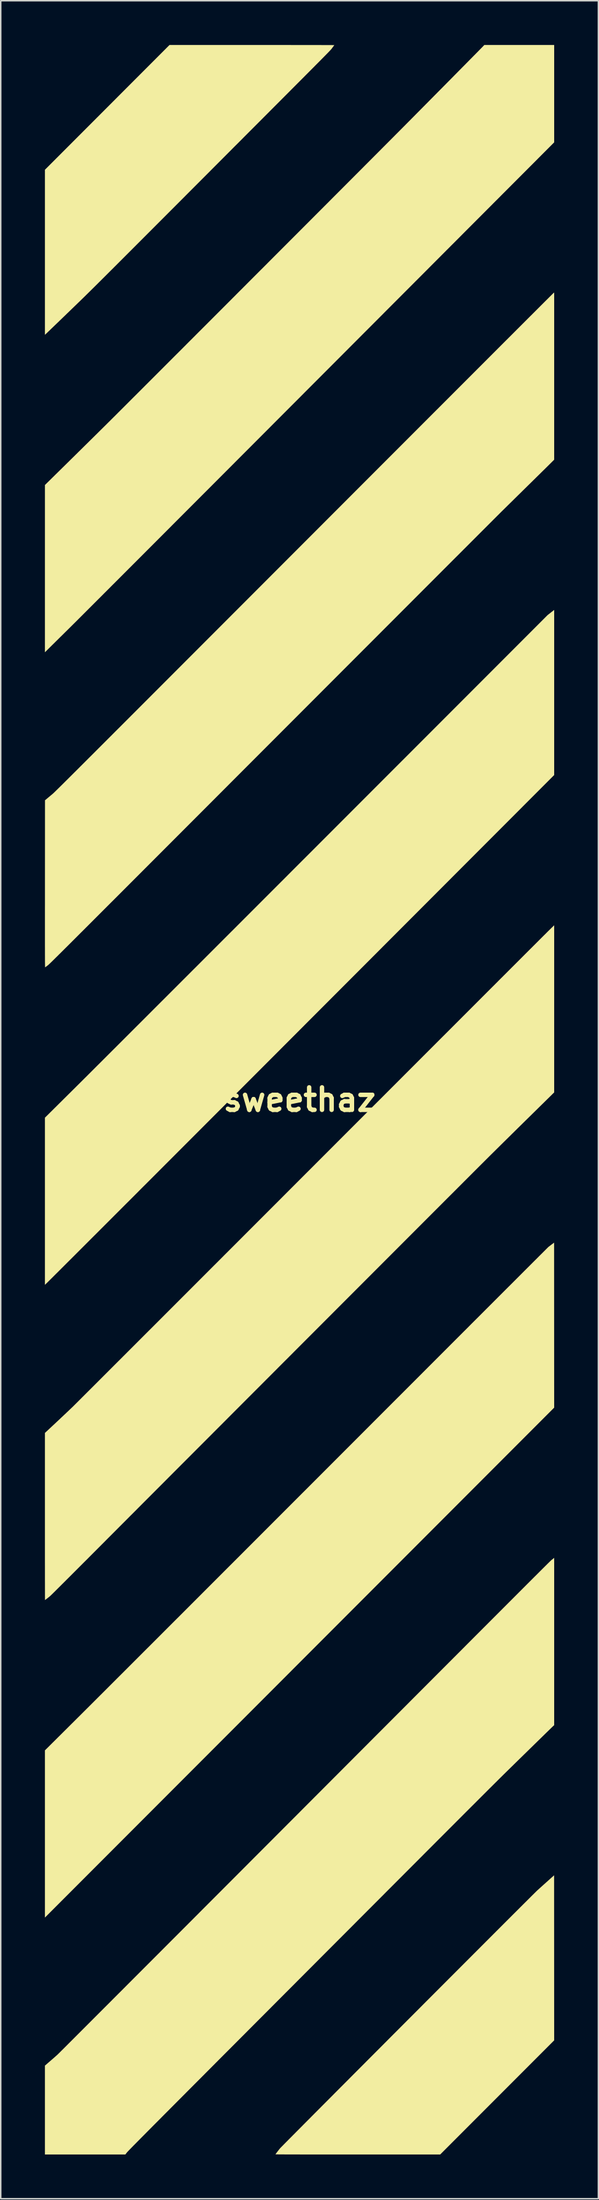
<source format=kicad_pcb>
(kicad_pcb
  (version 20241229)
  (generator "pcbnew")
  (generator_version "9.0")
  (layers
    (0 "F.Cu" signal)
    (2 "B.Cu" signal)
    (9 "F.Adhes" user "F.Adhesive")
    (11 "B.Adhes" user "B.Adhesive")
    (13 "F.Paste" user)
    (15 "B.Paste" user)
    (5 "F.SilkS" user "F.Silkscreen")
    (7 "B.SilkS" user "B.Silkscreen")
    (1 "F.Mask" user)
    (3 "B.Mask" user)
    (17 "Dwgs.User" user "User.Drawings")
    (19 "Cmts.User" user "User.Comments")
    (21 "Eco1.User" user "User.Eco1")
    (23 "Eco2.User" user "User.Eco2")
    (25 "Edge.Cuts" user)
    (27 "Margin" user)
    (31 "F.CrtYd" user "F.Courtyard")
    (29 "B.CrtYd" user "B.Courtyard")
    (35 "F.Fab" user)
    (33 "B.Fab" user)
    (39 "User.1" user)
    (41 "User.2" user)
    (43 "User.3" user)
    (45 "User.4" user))
  (footprint "sweethaz"
    (layer "F.Cu")
    (at 17.286 71.508)
    (property "Reference" "sweethaz" (at 0 0 0) (layer "F.SilkS") (effects (font (size 1.524 1.524) (thickness 0.3))))
    (attr board_only exclude_from_pos_files exclude_from_bom)
    (fp_poly (pts (xy 17.286 20.882) (xy -17.286 55.455) (xy -17.286 44.118) (xy -14.842 41.69) (xy -14.755 41.603) (xy -14.653 41.501) (xy -14.536 41.385) (xy -14.405 41.255) (xy -14.261 41.111) (xy -14.102 40.953) (xy -13.931 40.782) (xy -13.746 40.598) (xy -13.549 40.401) (xy -13.339 40.192) (xy -13.117 39.971) (xy -12.884 39.737) (xy -12.638 39.492) (xy -12.382 39.236) (xy -12.114 38.969) (xy -11.835 38.691) (xy -11.546 38.402) (xy -11.247 38.103) (xy -10.938 37.795) (xy -10.619 37.476) (xy -10.291 37.149) (xy -9.953 36.812) (xy -9.607 36.466) (xy -9.253 36.112) (xy -8.89 35.749) (xy -8.519 35.379) (xy -8.14 35.001) (xy -7.754 34.615) (xy -7.361 34.222) (xy -6.961 33.823) (xy -6.555 33.417) (xy -6.142 33.004) (xy -5.723 32.586) (xy -5.299 32.162) (xy -4.869 31.732) (xy -4.433 31.297) (xy -3.993 30.858) (xy -3.549 30.413) (xy -3.1 29.965) (xy -2.647 29.512) (xy -2.19 29.055) (xy -1.73 28.595) (xy -1.266 28.132) (xy -0.8 27.666) (xy -0.331 27.197) (xy 0.14 26.726) (xy 0.614 26.253) (xy 1.089 25.778) (xy 1.566 25.301) (xy 2.044 24.823) (xy 2.219 24.648) (xy 2.687 24.18) (xy 3.152 23.715) (xy 3.614 23.254) (xy 4.071 22.797) (xy 4.524 22.344) (xy 4.972 21.895) (xy 5.416 21.452) (xy 5.855 21.013) (xy 6.289 20.579) (xy 6.718 20.151) (xy 7.141 19.728) (xy 7.558 19.311) (xy 7.97 18.9) (xy 8.375 18.495) (xy 8.773 18.096) (xy 9.165 17.705) (xy 9.55 17.32) (xy 9.928 16.943) (xy 10.298 16.572) (xy 10.661 16.21) (xy 11.016 15.855) (xy 11.363 15.509) (xy 11.701 15.17) (xy 12.032 14.84) (xy 12.353 14.519) (xy 12.665 14.207) (xy 12.968 13.905) (xy 13.262 13.611) (xy 13.546 13.327) (xy 13.82 13.054) (xy 14.084 12.79) (xy 14.338 12.537) (xy 14.581 12.294) (xy 14.813 12.062) (xy 15.034 11.841) (xy 15.244 11.631) (xy 15.443 11.433) (xy 15.63 11.247) (xy 15.805 11.072) (xy 15.967 10.91) (xy 16.118 10.76) (xy 16.255 10.622) (xy 16.38 10.498) (xy 16.492 10.387) (xy 16.59 10.289) (xy 16.675 10.204) (xy 16.746 10.133) (xy 16.803 10.077) (xy 16.846 10.034) (xy 16.874 10.006) (xy 16.888 9.993) (xy 16.889 9.991) (xy 16.914 9.971) (xy 16.953 9.942) (xy 17.001 9.905) (xy 17.055 9.864) (xy 17.111 9.821) (xy 17.112 9.821) (xy 17.281 9.693)) (stroke (width 0) (type solid)) (fill yes) (layer "F.SilkS"))
    (fp_poly (pts (xy 17.286 -22.009) (xy 3.602 -8.317) (xy 2.994 -7.709) (xy 2.392 -7.107) (xy 1.796 -6.51) (xy 1.206 -5.92) (xy 0.622 -5.336) (xy 0.045 -4.758) (xy -0.526 -4.187) (xy -1.091 -3.622) (xy -1.648 -3.064) (xy -2.199 -2.513) (xy -2.742 -1.97) (xy -3.279 -1.433) (xy -3.807 -0.905) (xy -4.328 -0.384) (xy -4.842 0.13) (xy -5.347 0.635) (xy -5.844 1.132) (xy -6.333 1.621) (xy -6.813 2.101) (xy -7.285 2.573) (xy -7.748 3.036) (xy -8.202 3.489) (xy -8.646 3.934) (xy -9.082 4.369) (xy -9.508 4.795) (xy -9.924 5.212) (xy -10.331 5.618) (xy -10.728 6.014) (xy -11.114 6.401) (xy -11.49 6.777) (xy -11.856 7.142) (xy -12.211 7.497) (xy -12.556 7.841) (xy -12.889 8.175) (xy -13.212 8.497) (xy -13.523 8.807) (xy -13.823 9.107) (xy -14.111 9.394) (xy -14.387 9.67) (xy -14.651 9.934) (xy -14.904 10.186) (xy -15.144 10.426) (xy -15.371 10.653) (xy -15.586 10.867) (xy -15.789 11.069) (xy -15.978 11.258) (xy -16.154 11.433) (xy -16.317 11.596) (xy -16.467 11.745) (xy -16.603 11.88) (xy -16.725 12.002) (xy -16.833 12.11) (xy -16.928 12.203) (xy -17.008 12.283) (xy -17.073 12.348) (xy -17.124 12.398) (xy -17.161 12.434) (xy -17.173 12.445) (xy -17.286 12.555) (xy -17.286 1.222) (xy -15.155 -0.89) (xy -15.078 -0.966) (xy -14.987 -1.056) (xy -14.882 -1.161) (xy -14.762 -1.28) (xy -14.629 -1.413) (xy -14.481 -1.559) (xy -14.321 -1.719) (xy -14.147 -1.892) (xy -13.961 -2.078) (xy -13.762 -2.277) (xy -13.55 -2.487) (xy -13.327 -2.71) (xy -13.092 -2.945) (xy -12.845 -3.191) (xy -12.587 -3.448) (xy -12.319 -3.716) (xy -12.039 -3.995) (xy -11.75 -4.284) (xy -11.45 -4.583) (xy -11.14 -4.893) (xy -10.821 -5.211) (xy -10.492 -5.539) (xy -10.154 -5.877) (xy -9.808 -6.223) (xy -9.453 -6.577) (xy -9.089 -6.94) (xy -8.718 -7.311) (xy -8.339 -7.689) (xy -7.953 -8.075) (xy -7.559 -8.468) (xy -7.159 -8.868) (xy -6.751 -9.275) (xy -6.338 -9.688) (xy -5.918 -10.107) (xy -5.493 -10.532) (xy -5.062 -10.963) (xy -4.626 -11.398) (xy -4.185 -11.839) (xy -3.739 -12.285) (xy -3.288 -12.735) (xy -2.834 -13.189) (xy -2.375 -13.648) (xy -1.913 -14.109) (xy -1.447 -14.575) (xy -0.978 -15.043) (xy -0.507 -15.515) (xy -0.033 -15.989) (xy 0.444 -16.465) (xy 0.923 -16.943) (xy 1.403 -17.424) (xy 1.885 -17.905) (xy 1.907 -17.927) (xy 16.836 -32.852) (xy 17.061 -33.029) (xy 17.286 -33.206)) (stroke (width 0) (type solid)) (fill yes) (layer "F.SilkS"))
    (fp_poly (pts (xy 17.286 63.781) (xy 9.549 71.518) (xy 3.953 71.518) (xy 3.528 71.518) (xy 3.124 71.518) (xy 2.74 71.518) (xy 2.375 71.518) (xy 2.031 71.518) (xy 1.705 71.518) (xy 1.397 71.518) (xy 1.108 71.518) (xy 0.836 71.517) (xy 0.581 71.517) (xy 0.343 71.517) (xy 0.121 71.517) (xy -0.086 71.516) (xy -0.277 71.516) (xy -0.453 71.516) (xy -0.615 71.515) (xy -0.763 71.515) (xy -0.898 71.514) (xy -1.02 71.514) (xy -1.129 71.513) (xy -1.226 71.513) (xy -1.312 71.512) (xy -1.386 71.512) (xy -1.45 71.511) (xy -1.503 71.51) (xy -1.547 71.509) (xy -1.581 71.509) (xy -1.607 71.508) (xy -1.624 71.507) (xy -1.633 71.506) (xy -1.635 71.505) (xy -1.623 71.487) (xy -1.599 71.455) (xy -1.568 71.412) (xy -1.531 71.363) (xy -1.49 71.31) (xy -1.448 71.256) (xy -1.408 71.204) (xy -1.372 71.158) (xy -1.341 71.121) (xy -1.331 71.108) (xy -1.319 71.094) (xy -1.291 71.066) (xy -1.25 71.023) (xy -1.194 70.967) (xy -1.125 70.897) (xy -1.043 70.813) (xy -0.948 70.717) (xy -0.84 70.609) (xy -0.721 70.488) (xy -0.589 70.356) (xy -0.447 70.212) (xy -0.293 70.058) (xy -0.129 69.893) (xy 0.046 69.717) (xy 0.23 69.532) (xy 0.424 69.337) (xy 0.627 69.133) (xy 0.839 68.92) (xy 1.059 68.699) (xy 1.288 68.469) (xy 1.524 68.232) (xy 1.768 67.988) (xy 2.018 67.737) (xy 2.275 67.479) (xy 2.539 67.214) (xy 2.808 66.944) (xy 3.083 66.669) (xy 3.363 66.388) (xy 3.648 66.102) (xy 3.937 65.812) (xy 4.231 65.518) (xy 4.528 65.22) (xy 4.829 64.919) (xy 5.132 64.615) (xy 5.439 64.308) (xy 5.747 63.999) (xy 6.057 63.688) (xy 6.369 63.375) (xy 6.683 63.062) (xy 6.997 62.747) (xy 7.311 62.432) (xy 7.626 62.117) (xy 7.94 61.803) (xy 8.254 61.489) (xy 8.566 61.175) (xy 8.878 60.864) (xy 9.187 60.554) (xy 9.495 60.246) (xy 9.8 59.941) (xy 10.102 59.638) (xy 10.401 59.339) (xy 10.697 59.043) (xy 10.989 58.751) (xy 11.276 58.464) (xy 11.559 58.181) (xy 11.837 57.903) (xy 12.11 57.631) (xy 12.376 57.364) (xy 12.637 57.103) (xy 12.891 56.849) (xy 13.139 56.601) (xy 13.379 56.361) (xy 13.612 56.129) (xy 13.837 55.904) (xy 14.054 55.687) (xy 14.262 55.48) (xy 14.461 55.281) (xy 14.651 55.092) (xy 14.831 54.912) (xy 15.001 54.742) (xy 15.161 54.583) (xy 15.31 54.435) (xy 15.448 54.298) (xy 15.574 54.172) (xy 15.688 54.059) (xy 15.79 53.957) (xy 15.88 53.869) (xy 15.956 53.793) (xy 16.02 53.731) (xy 16.069 53.682) (xy 16.105 53.647) (xy 16.126 53.627) (xy 16.127 53.626) (xy 16.188 53.57) (xy 16.262 53.503) (xy 16.343 53.43) (xy 16.429 53.353) (xy 16.514 53.276) (xy 16.596 53.203) (xy 16.629 53.173) (xy 16.706 53.104) (xy 16.786 53.033) (xy 16.866 52.961) (xy 16.943 52.892) (xy 17.014 52.829) (xy 17.074 52.775) (xy 17.101 52.751) (xy 17.281 52.589)) (stroke (width 0) (type solid)) (fill yes) (layer "F.SilkS"))
    (fp_poly (pts (xy -2.889 -71.508) (xy -2.551 -71.508) (xy -2.219 -71.508) (xy -1.894 -71.507) (xy -1.576 -71.507) (xy -1.265 -71.507) (xy -0.963 -71.507) (xy -0.67 -71.507) (xy -0.387 -71.506) (xy -0.114 -71.506) (xy 0.148 -71.506) (xy 0.399 -71.506) (xy 0.637 -71.505) (xy 0.863 -71.505) (xy 1.076 -71.505) (xy 1.274 -71.504) (xy 1.458 -71.504) (xy 1.627 -71.503) (xy 1.78 -71.503) (xy 1.916 -71.503) (xy 2.035 -71.502) (xy 2.137 -71.502) (xy 2.221 -71.501) (xy 2.285 -71.501) (xy 2.33 -71.5) (xy 2.355 -71.5) (xy 2.36 -71.499) (xy 2.353 -71.489) (xy 2.335 -71.464) (xy 2.308 -71.427) (xy 2.274 -71.382) (xy 2.235 -71.33) (xy 2.225 -71.317) (xy 2.218 -71.307) (xy 2.211 -71.298) (xy 2.205 -71.29) (xy 2.2 -71.282) (xy 2.195 -71.275) (xy 2.19 -71.267) (xy 2.184 -71.26) (xy 2.178 -71.251) (xy 2.17 -71.242) (xy 2.162 -71.232) (xy 2.152 -71.221) (xy 2.141 -71.208) (xy 2.127 -71.193) (xy 2.112 -71.175) (xy 2.094 -71.156) (xy 2.073 -71.134) (xy 2.049 -71.108) (xy 2.022 -71.08) (xy 1.991 -71.048) (xy 1.956 -71.012) (xy 1.918 -70.972) (xy 1.875 -70.928) (xy 1.827 -70.88) (xy 1.775 -70.826) (xy 1.717 -70.768) (xy 1.654 -70.704) (xy 1.585 -70.634) (xy 1.51 -70.559) (xy 1.43 -70.477) (xy 1.342 -70.389) (xy 1.248 -70.294) (xy 1.147 -70.193) (xy 1.039 -70.084) (xy 0.923 -69.967) (xy 0.799 -69.843) (xy 0.668 -69.711) (xy 0.528 -69.57) (xy 0.379 -69.421) (xy 0.222 -69.263) (xy 0.055 -69.096) (xy -0.121 -68.92) (xy -0.306 -68.734) (xy -0.502 -68.538) (xy -0.708 -68.331) (xy -0.924 -68.115) (xy -1.151 -67.888) (xy -1.388 -67.649) (xy -1.637 -67.4) (xy -1.898 -67.139) (xy -2.17 -66.866) (xy -2.455 -66.581) (xy -2.751 -66.284) (xy -3.061 -65.974) (xy -3.383 -65.652) (xy -3.718 -65.316) (xy -4.066 -64.967) (xy -4.429 -64.605) (xy -4.805 -64.228) (xy -5.195 -63.837) (xy -5.599 -63.432) (xy -6.019 -63.012) (xy -6.043 -62.987) (xy -6.473 -62.557) (xy -6.889 -62.14) (xy -7.29 -61.739) (xy -7.677 -61.351) (xy -8.05 -60.978) (xy -8.41 -60.617) (xy -8.757 -60.271) (xy -9.09 -59.937) (xy -9.411 -59.616) (xy -9.72 -59.307) (xy -10.016 -59.01) (xy -10.301 -58.726) (xy -10.574 -58.452) (xy -10.836 -58.19) (xy -11.087 -57.94) (xy -11.327 -57.699) (xy -11.557 -57.469) (xy -11.777 -57.25) (xy -11.987 -57.04) (xy -12.188 -56.84) (xy -12.379 -56.648) (xy -12.562 -56.466) (xy -12.735 -56.293) (xy -12.901 -56.128) (xy -13.058 -55.971) (xy -13.208 -55.822) (xy -13.35 -55.681) (xy -13.485 -55.546) (xy -13.614 -55.419) (xy -13.735 -55.298) (xy -13.85 -55.184) (xy -13.959 -55.076) (xy -14.063 -54.974) (xy -14.161 -54.877) (xy -14.253 -54.786) (xy -14.341 -54.699) (xy -14.425 -54.617) (xy -14.503 -54.54) (xy -14.578 -54.466) (xy -14.649 -54.397) (xy -14.717 -54.331) (xy -14.782 -54.268) (xy -14.813 -54.237) (xy -14.875 -54.177) (xy -14.948 -54.106) (xy -15.031 -54.027) (xy -15.122 -53.938) (xy -15.221 -53.843) (xy -15.326 -53.741) (xy -15.437 -53.634) (xy -15.552 -53.523) (xy -15.671 -53.408) (xy -15.792 -53.292) (xy -15.914 -53.173) (xy -16.037 -53.055) (xy -16.159 -52.937) (xy -16.28 -52.821) (xy -16.397 -52.708) (xy -16.511 -52.599) (xy -16.62 -52.494) (xy -16.723 -52.395) (xy -16.819 -52.303) (xy -16.907 -52.218) (xy -16.986 -52.142) (xy -17.055 -52.076) (xy -17.112 -52.021) (xy -17.158 -51.977) (xy -17.19 -51.947) (xy -17.208 -51.93) (xy -17.286 -51.858) (xy -17.286 -63.05) (xy -13.057 -67.279) (xy -8.829 -71.508) (xy -3.232 -71.508)) (stroke (width 0) (type solid)) (fill yes) (layer "F.SilkS"))
    (fp_poly (pts (xy 17.286 -64.905) (xy 13.926 -61.541) (xy 13.798 -61.414) (xy 13.656 -61.271) (xy 13.5 -61.114) (xy 13.329 -60.944) (xy 13.145 -60.76) (xy 12.948 -60.562) (xy 12.738 -60.352) (xy 12.515 -60.128) (xy 12.28 -59.893) (xy 12.033 -59.646) (xy 11.774 -59.387) (xy 11.504 -59.117) (xy 11.223 -58.836) (xy 10.932 -58.544) (xy 10.631 -58.242) (xy 10.319 -57.931) (xy 9.998 -57.61) (xy 9.668 -57.279) (xy 9.33 -56.94) (xy 8.982 -56.592) (xy 8.627 -56.236) (xy 8.263 -55.872) (xy 7.892 -55.501) (xy 7.514 -55.122) (xy 7.129 -54.737) (xy 6.738 -54.345) (xy 6.341 -53.948) (xy 5.937 -53.544) (xy 5.529 -53.135) (xy 5.115 -52.72) (xy 4.696 -52.301) (xy 4.273 -51.878) (xy 3.846 -51.45) (xy 3.415 -51.019) (xy 2.981 -50.584) (xy 2.544 -50.147) (xy 2.104 -49.706) (xy 1.661 -49.263) (xy 1.217 -48.818) (xy 0.771 -48.372) (xy 0.323 -47.924) (xy -0.125 -47.474) (xy -0.575 -47.025) (xy -1.024 -46.575) (xy -1.474 -46.125) (xy -1.923 -45.675) (xy -1.988 -45.61) (xy -2.426 -45.171) (xy -2.862 -44.735) (xy -3.295 -44.301) (xy -3.726 -43.87) (xy -4.153 -43.443) (xy -4.577 -43.018) (xy -4.997 -42.598) (xy -5.413 -42.182) (xy -5.824 -41.77) (xy -6.231 -41.362) (xy -6.634 -40.96) (xy -7.031 -40.562) (xy -7.423 -40.17) (xy -7.809 -39.784) (xy -8.189 -39.404) (xy -8.563 -39.03) (xy -8.93 -38.662) (xy -9.291 -38.301) (xy -9.645 -37.947) (xy -9.991 -37.601) (xy -10.33 -37.262) (xy -10.661 -36.93) (xy -10.984 -36.607) (xy -11.299 -36.293) (xy -11.605 -35.987) (xy -11.902 -35.69) (xy -12.19 -35.402) (xy -12.468 -35.124) (xy -12.737 -34.856) (xy -12.995 -34.597) (xy -13.244 -34.349) (xy -13.481 -34.111) (xy -13.708 -33.885) (xy -13.924 -33.669) (xy -14.128 -33.465) (xy -14.321 -33.273) (xy -14.502 -33.092) (xy -14.67 -32.924) (xy -14.826 -32.768) (xy -14.97 -32.625) (xy -15.1 -32.495) (xy -15.217 -32.378) (xy -15.321 -32.275) (xy -15.41 -32.186) (xy -15.486 -32.111) (xy -15.547 -32.05) (xy -15.593 -32.004) (xy -15.599 -31.999) (xy -15.73 -31.869) (xy -15.862 -31.739) (xy -15.992 -31.611) (xy -16.12 -31.484) (xy -16.245 -31.362) (xy -16.364 -31.244) (xy -16.477 -31.132) (xy -16.583 -31.028) (xy -16.68 -30.931) (xy -16.768 -30.845) (xy -16.844 -30.77) (xy -16.908 -30.706) (xy -16.959 -30.656) (xy -16.971 -30.644) (xy -17.286 -30.332) (xy -17.286 -36.003) (xy -17.285 -41.675) (xy -16.843 -42.109) (xy -16.591 -42.358) (xy -16.352 -42.592) (xy -16.127 -42.814) (xy -15.914 -43.023) (xy -15.713 -43.221) (xy -15.523 -43.409) (xy -15.342 -43.586) (xy -15.17 -43.756) (xy -15.007 -43.917) (xy -14.85 -44.071) (xy -14.7 -44.219) (xy -14.555 -44.362) (xy -14.414 -44.501) (xy -14.277 -44.636) (xy -14.143 -44.768) (xy -14.01 -44.899) (xy -13.879 -45.029) (xy -13.747 -45.158) (xy -13.615 -45.289) (xy -13.481 -45.422) (xy -13.344 -45.557) (xy -13.204 -45.695) (xy -13.15 -45.748) (xy -13.092 -45.806) (xy -13.02 -45.878) (xy -12.933 -45.964) (xy -12.832 -46.064) (xy -12.718 -46.178) (xy -12.591 -46.304) (xy -12.451 -46.444) (xy -12.299 -46.596) (xy -12.134 -46.76) (xy -11.958 -46.935) (xy -11.771 -47.122) (xy -11.573 -47.32) (xy -11.364 -47.529) (xy -11.145 -47.747) (xy -10.916 -47.976) (xy -10.678 -48.214) (xy -10.431 -48.461) (xy -10.175 -48.716) (xy -9.91 -48.98) (xy -9.638 -49.252) (xy -9.358 -49.532) (xy -9.071 -49.819) (xy -8.777 -50.113) (xy -8.477 -50.413) (xy -8.17 -50.719) (xy -7.858 -51.031) (xy -7.541 -51.349) (xy -7.218 -51.671) (xy -6.891 -51.999) (xy -6.559 -52.33) (xy -6.224 -52.665) (xy -5.885 -53.004) (xy -5.542 -53.347) (xy -5.197 -53.692) (xy -4.85 -54.039) (xy -4.501 -54.388) (xy -4.15 -54.74) (xy -3.797 -55.092) (xy -3.444 -55.446) (xy -3.09 -55.8) (xy -2.736 -56.154) (xy -2.381 -56.508) (xy -2.028 -56.862) (xy -1.675 -57.215) (xy -1.324 -57.566) (xy -0.974 -57.916) (xy -0.627 -58.264) (xy -0.281 -58.609) (xy 0.061 -58.952) (xy 0.401 -59.292) (xy 0.737 -59.628) (xy 1.069 -59.961) (xy 1.397 -60.289) (xy 1.721 -60.613) (xy 2.039 -60.931) (xy 2.352 -61.245) (xy 2.66 -61.553) (xy 2.961 -61.854) (xy 3.256 -62.15) (xy 3.544 -62.438) (xy 3.825 -62.72) (xy 4.098 -62.993) (xy 4.364 -63.259) (xy 4.621 -63.517) (xy 4.87 -63.766) (xy 5.109 -64.006) (xy 5.34 -64.237) (xy 5.56 -64.458) (xy 5.771 -64.669) (xy 5.97 -64.869) (xy 6.159 -65.059) (xy 6.337 -65.237) (xy 6.503 -65.404) (xy 6.658 -65.559) (xy 6.8 -65.701) (xy 6.929 -65.831) (xy 7.045 -65.948) (xy 7.148 -66.051) (xy 7.208 -66.112) (xy 7.364 -66.269) (xy 7.526 -66.432) (xy 7.694 -66.601) (xy 7.867 -66.776) (xy 8.045 -66.955) (xy 8.226 -67.138) (xy 8.411 -67.325) (xy 8.599 -67.514) (xy 8.788 -67.705) (xy 8.979 -67.898) (xy 9.171 -68.092) (xy 9.363 -68.286) (xy 9.555 -68.479) (xy 9.746 -68.672) (xy 9.935 -68.863) (xy 10.122 -69.052) (xy 10.306 -69.237) (xy 10.486 -69.42) (xy 10.662 -69.598) (xy 10.834 -69.772) (xy 11 -69.94) (xy 11.161 -70.102) (xy 11.315 -70.258) (xy 11.461 -70.406) (xy 11.6 -70.547) (xy 11.731 -70.679) (xy 11.852 -70.802) (xy 11.964 -70.915) (xy 12.066 -71.018) (xy 12.156 -71.11) (xy 12.235 -71.19) (xy 12.302 -71.258) (xy 12.357 -71.314) (xy 12.398 -71.355) (xy 12.425 -71.383) (xy 12.433 -71.392) (xy 12.543 -71.508) (xy 17.286 -71.508)) (stroke (width 0) (type solid)) (fill yes) (layer "F.SilkS"))
    (fp_poly (pts (xy 17.286 42.409) (xy 17.203 42.487) (xy 17.185 42.504) (xy 17.153 42.535) (xy 17.108 42.578) (xy 17.05 42.635) (xy 16.98 42.702) (xy 16.9 42.781) (xy 16.809 42.869) (xy 16.709 42.966) (xy 16.601 43.072) (xy 16.485 43.185) (xy 16.363 43.304) (xy 16.235 43.429) (xy 16.102 43.559) (xy 15.965 43.692) (xy 15.825 43.83) (xy 15.682 43.969) (xy 15.538 44.11) (xy 15.393 44.252) (xy 15.248 44.393) (xy 15.104 44.534) (xy 14.962 44.672) (xy 14.823 44.808) (xy 14.687 44.941) (xy 14.556 45.07) (xy 14.43 45.193) (xy 14.31 45.31) (xy 14.197 45.421) (xy 14.092 45.524) (xy 13.996 45.618) (xy 13.918 45.695) (xy 13.861 45.751) (xy 13.8 45.811) (xy 13.734 45.876) (xy 13.663 45.946) (xy 13.588 46.02) (xy 13.508 46.1) (xy 13.422 46.185) (xy 13.331 46.276) (xy 13.234 46.372) (xy 13.13 46.475) (xy 13.021 46.584) (xy 12.904 46.699) (xy 12.781 46.822) (xy 12.651 46.952) (xy 12.514 47.089) (xy 12.369 47.233) (xy 12.216 47.386) (xy 12.055 47.547) (xy 11.886 47.716) (xy 11.708 47.893) (xy 11.521 48.08) (xy 11.325 48.275) (xy 11.12 48.48) (xy 10.906 48.695) (xy 10.681 48.919) (xy 10.447 49.154) (xy 10.202 49.398) (xy 9.947 49.654) (xy 9.681 49.92) (xy 9.403 50.197) (xy 9.115 50.486) (xy 8.815 50.786) (xy 8.503 51.098) (xy 8.18 51.422) (xy 7.844 51.758) (xy 7.495 52.107) (xy 7.134 52.469) (xy 6.759 52.844) (xy 6.372 53.232) (xy 5.97 53.633) (xy 5.556 54.049) (xy 5.127 54.478) (xy 4.683 54.922) (xy 4.226 55.38) (xy 3.817 55.79) (xy 3.229 56.379) (xy 2.656 56.952) (xy 2.097 57.512) (xy 1.553 58.056) (xy 1.024 58.587) (xy 0.508 59.103) (xy 0.006 59.606) (xy -0.482 60.095) (xy -0.957 60.57) (xy -1.418 61.032) (xy -1.866 61.481) (xy -2.301 61.917) (xy -2.724 62.34) (xy -3.134 62.751) (xy -3.531 63.149) (xy -3.917 63.535) (xy -4.29 63.909) (xy -4.651 64.271) (xy -5.001 64.621) (xy -5.34 64.96) (xy -5.667 65.288) (xy -5.983 65.605) (xy -6.288 65.911) (xy -6.582 66.206) (xy -6.866 66.49) (xy -7.14 66.764) (xy -7.403 67.028) (xy -7.656 67.282) (xy -7.9 67.527) (xy -8.134 67.761) (xy -8.358 67.986) (xy -8.573 68.202) (xy -8.78 68.409) (xy -8.977 68.607) (xy -9.166 68.796) (xy -9.346 68.977) (xy -9.517 69.15) (xy -9.681 69.314) (xy -9.837 69.47) (xy -9.985 69.619) (xy -10.125 69.76) (xy -10.258 69.894) (xy -10.384 70.021) (xy -10.502 70.14) (xy -10.614 70.253) (xy -10.719 70.359) (xy -10.818 70.458) (xy -10.91 70.552) (xy -10.997 70.639) (xy -11.077 70.72) (xy -11.152 70.796) (xy -11.221 70.866) (xy -11.285 70.93) (xy -11.343 70.99) (xy -11.397 71.044) (xy -11.445 71.094) (xy -11.489 71.139) (xy -11.529 71.18) (xy -11.565 71.217) (xy -11.596 71.249) (xy -11.623 71.278) (xy -11.647 71.303) (xy -11.667 71.324) (xy -11.684 71.342) (xy -11.698 71.357) (xy -11.709 71.369) (xy -11.717 71.379) (xy -11.72 71.383) (xy -11.826 71.518) (xy -14.556 71.518) (xy -17.286 71.518) (xy -17.286 65.492) (xy -17.099 65.33) (xy -16.99 65.237) (xy -16.897 65.156) (xy -16.816 65.086) (xy -16.746 65.025) (xy -16.686 64.973) (xy -16.634 64.928) (xy -16.589 64.888) (xy -16.549 64.852) (xy -16.512 64.819) (xy -16.476 64.788) (xy -16.441 64.756) (xy -16.425 64.741) (xy -16.413 64.729) (xy -16.386 64.703) (xy -16.345 64.662) (xy -16.289 64.607) (xy -16.219 64.537) (xy -16.136 64.454) (xy -16.038 64.357) (xy -15.928 64.247) (xy -15.804 64.124) (xy -15.668 63.987) (xy -15.518 63.838) (xy -15.357 63.677) (xy -15.183 63.503) (xy -14.997 63.317) (xy -14.799 63.119) (xy -14.59 62.91) (xy -14.369 62.69) (xy -14.137 62.458) (xy -13.895 62.215) (xy -13.641 61.962) (xy -13.378 61.699) (xy -13.104 61.425) (xy -12.82 61.141) (xy -12.526 60.847) (xy -12.223 60.544) (xy -11.911 60.232) (xy -11.59 59.911) (xy -11.26 59.58) (xy -10.921 59.242) (xy -10.574 58.894) (xy -10.218 58.539) (xy -9.855 58.176) (xy -9.484 57.805) (xy -9.106 57.426) (xy -8.721 57.04) (xy -8.328 56.648) (xy -7.929 56.248) (xy -7.523 55.842) (xy -7.111 55.43) (xy -6.693 55.011) (xy -6.269 54.587) (xy -5.839 54.157) (xy -5.404 53.722) (xy -4.964 53.281) (xy -4.518 52.835) (xy -4.069 52.385) (xy -3.614 51.93) (xy -3.156 51.471) (xy -2.693 51.008) (xy -2.226 50.541) (xy -1.756 50.071) (xy -1.422 49.736) (xy -0.786 49.099) (xy -0.164 48.477) (xy 0.443 47.869) (xy 1.035 47.276) (xy 1.614 46.697) (xy 2.178 46.132) (xy 2.728 45.582) (xy 3.265 45.044) (xy 3.787 44.521) (xy 4.297 44.011) (xy 4.793 43.514) (xy 5.277 43.03) (xy 5.747 42.56) (xy 6.205 42.101) (xy 6.65 41.656) (xy 7.083 41.223) (xy 7.503 40.801) (xy 7.912 40.392) (xy 8.309 39.995) (xy 8.694 39.61) (xy 9.067 39.236) (xy 9.43 38.873) (xy 9.781 38.521) (xy 10.121 38.181) (xy 10.451 37.851) (xy 10.77 37.532) (xy 11.079 37.223) (xy 11.377 36.924) (xy 11.665 36.636) (xy 11.943 36.357) (xy 12.212 36.089) (xy 12.471 35.829) (xy 12.721 35.58) (xy 12.961 35.339) (xy 13.193 35.107) (xy 13.415 34.885) (xy 13.629 34.671) (xy 13.835 34.465) (xy 14.032 34.268) (xy 14.221 34.079) (xy 14.402 33.898) (xy 14.575 33.725) (xy 14.741 33.559) (xy 14.899 33.401) (xy 15.05 33.25) (xy 15.193 33.107) (xy 15.33 32.97) (xy 15.46 32.84) (xy 15.584 32.717) (xy 15.701 32.6) (xy 15.812 32.489) (xy 15.917 32.384) (xy 16.016 32.286) (xy 16.109 32.193) (xy 16.197 32.105) (xy 16.279 32.023) (xy 16.356 31.946) (xy 16.429 31.874) (xy 16.496 31.807) (xy 16.559 31.745) (xy 16.617 31.687) (xy 16.671 31.633) (xy 16.721 31.584) (xy 16.767 31.538) (xy 16.809 31.496) (xy 16.848 31.458) (xy 16.883 31.424) (xy 16.915 31.392) (xy 16.944 31.364) (xy 16.97 31.339) (xy 16.993 31.316) (xy 17.013 31.296) (xy 17.032 31.279) (xy 17.048 31.263) (xy 17.062 31.25) (xy 17.074 31.238) (xy 17.085 31.228) (xy 17.094 31.22) (xy 17.101 31.213) (xy 17.108 31.207) (xy 17.114 31.203) (xy 17.118 31.199) (xy 17.123 31.195) (xy 17.126 31.193) (xy 17.13 31.19) (xy 17.133 31.188) (xy 17.137 31.185) (xy 17.14 31.182) (xy 17.145 31.179) (xy 17.149 31.176) (xy 17.151 31.174) (xy 17.286 31.066)) (stroke (width 0) (type solid)) (fill yes) (layer "F.SilkS"))
    (fp_poly (pts (xy 17.286 -0.491) (xy 16.781 0.006) (xy 16.713 0.073) (xy 16.631 0.153) (xy 16.537 0.246) (xy 16.431 0.349) (xy 16.316 0.462) (xy 16.193 0.583) (xy 16.063 0.711) (xy 15.927 0.845) (xy 15.787 0.982) (xy 15.644 1.123) (xy 15.499 1.265) (xy 15.354 1.407) (xy 15.21 1.549) (xy 15.105 1.652) (xy 14.949 1.805) (xy 14.783 1.968) (xy 14.609 2.14) (xy 14.428 2.318) (xy 14.244 2.5) (xy 14.057 2.684) (xy 13.871 2.867) (xy 13.686 3.049) (xy 13.507 3.227) (xy 13.334 3.397) (xy 13.17 3.56) (xy 13.016 3.711) (xy 12.886 3.841) (xy 12.836 3.89) (xy 12.773 3.953) (xy 12.694 4.031) (xy 12.602 4.123) (xy 12.496 4.229) (xy 12.377 4.348) (xy 12.244 4.48) (xy 12.099 4.625) (xy 11.941 4.782) (xy 11.771 4.952) (xy 11.589 5.134) (xy 11.396 5.327) (xy 11.191 5.531) (xy 10.976 5.747) (xy 10.749 5.973) (xy 10.513 6.21) (xy 10.266 6.456) (xy 10.009 6.712) (xy 9.744 6.978) (xy 9.469 7.253) (xy 9.185 7.536) (xy 8.893 7.828) (xy 8.592 8.129) (xy 8.284 8.437) (xy 7.968 8.753) (xy 7.645 9.076) (xy 7.315 9.406) (xy 6.979 9.742) (xy 6.636 10.085) (xy 6.287 10.434) (xy 5.932 10.789) (xy 5.572 11.149) (xy 5.207 11.514) (xy 4.837 11.884) (xy 4.463 12.258) (xy 4.084 12.637) (xy 3.702 13.019) (xy 3.316 13.405) (xy 2.926 13.795) (xy 2.534 14.187) (xy 2.14 14.582) (xy 1.743 14.979) (xy 1.344 15.378) (xy 0.943 15.779) (xy 0.541 16.181) (xy 0.138 16.584) (xy -0.266 16.988) (xy -0.671 17.393) (xy -1.075 17.797) (xy -1.48 18.202) (xy -1.883 18.606) (xy -2.287 19.009) (xy -2.688 19.412) (xy -3.089 19.812) (xy -3.488 20.211) (xy -3.885 20.609) (xy -4.279 21.003) (xy -4.671 21.395) (xy -5.06 21.785) (xy -5.446 22.171) (xy -5.828 22.553) (xy -6.206 22.932) (xy -6.58 23.306) (xy -6.95 23.676) (xy -7.315 24.041) (xy -7.674 24.401) (xy -8.029 24.755) (xy -8.377 25.104) (xy -8.72 25.447) (xy -9.056 25.784) (xy -9.385 26.114) (xy -9.708 26.436) (xy -10.023 26.752) (xy -10.331 27.06) (xy -10.631 27.36) (xy -10.922 27.652) (xy -11.205 27.936) (xy -11.48 28.21) (xy -11.745 28.476) (xy -12.001 28.732) (xy -12.247 28.978) (xy -12.482 29.215) (xy -12.708 29.441) (xy -12.923 29.656) (xy -13.127 29.86) (xy -13.187 29.921) (xy -13.421 30.155) (xy -13.651 30.386) (xy -13.878 30.613) (xy -14.1 30.835) (xy -14.317 31.053) (xy -14.529 31.265) (xy -14.736 31.471) (xy -14.936 31.671) (xy -15.129 31.864) (xy -15.315 32.05) (xy -15.493 32.228) (xy -15.663 32.398) (xy -15.825 32.559) (xy -15.977 32.711) (xy -16.12 32.853) (xy -16.253 32.986) (xy -16.376 33.108) (xy -16.487 33.218) (xy -16.587 33.318) (xy -16.675 33.405) (xy -16.751 33.48) (xy -16.814 33.542) (xy -16.864 33.59) (xy -16.9 33.625) (xy -16.921 33.645) (xy -16.926 33.65) (xy -16.971 33.687) (xy -17.02 33.727) (xy -17.072 33.768) (xy -17.124 33.809) (xy -17.173 33.847) (xy -17.215 33.88) (xy -17.25 33.905) (xy -17.272 33.922) (xy -17.281 33.927) (xy -17.281 33.916) (xy -17.282 33.885) (xy -17.282 33.834) (xy -17.282 33.764) (xy -17.283 33.675) (xy -17.283 33.567) (xy -17.283 33.443) (xy -17.283 33.301) (xy -17.284 33.143) (xy -17.284 32.97) (xy -17.284 32.781) (xy -17.285 32.578) (xy -17.285 32.361) (xy -17.285 32.131) (xy -17.285 31.888) (xy -17.285 31.634) (xy -17.286 31.368) (xy -17.286 31.091) (xy -17.286 30.804) (xy -17.286 30.507) (xy -17.286 30.202) (xy -17.286 29.888) (xy -17.286 29.567) (xy -17.286 29.238) (xy -17.286 28.903) (xy -17.286 28.563) (xy -17.286 28.261) (xy -17.286 22.595) (xy -17.23 22.544) (xy -17.205 22.52) (xy -17.166 22.484) (xy -17.114 22.436) (xy -17.052 22.378) (xy -16.98 22.31) (xy -16.9 22.236) (xy -16.814 22.155) (xy -16.723 22.07) (xy -16.629 21.982) (xy -16.533 21.893) (xy -16.437 21.803) (xy -16.342 21.714) (xy -16.25 21.628) (xy -16.163 21.545) (xy -16.081 21.469) (xy -16.007 21.399) (xy -15.941 21.337) (xy -15.886 21.286) (xy -15.843 21.245) (xy -15.825 21.227) (xy -15.763 21.169) (xy -15.691 21.101) (xy -15.612 21.026) (xy -15.532 20.949) (xy -15.453 20.874) (xy -15.385 20.809) (xy -15.37 20.794) (xy -15.34 20.765) (xy -15.296 20.721) (xy -15.237 20.662) (xy -15.165 20.59) (xy -15.078 20.504) (xy -14.978 20.404) (xy -14.864 20.291) (xy -14.738 20.164) (xy -14.598 20.025) (xy -14.445 19.872) (xy -14.28 19.708) (xy -14.103 19.531) (xy -13.913 19.342) (xy -13.712 19.141) (xy -13.499 18.928) (xy -13.275 18.704) (xy -13.039 18.469) (xy -12.792 18.222) (xy -12.535 17.965) (xy -12.267 17.698) (xy -11.989 17.42) (xy -11.701 17.132) (xy -11.403 16.835) (xy -11.095 16.527) (xy -10.778 16.21) (xy -10.452 15.884) (xy -10.116 15.55) (xy -9.772 15.206) (xy -9.42 14.854) (xy -9.059 14.493) (xy -8.69 14.125) (xy -8.313 13.748) (xy -7.929 13.364) (xy -7.537 12.973) (xy -7.138 12.574) (xy -6.732 12.168) (xy -6.32 11.756) (xy -5.901 11.337) (xy -5.475 10.912) (xy -5.044 10.48) (xy -4.606 10.043) (xy -4.163 9.601) (xy -3.715 9.152) (xy -3.261 8.699) (xy -2.803 8.241) (xy -2.339 7.778) (xy -1.871 7.31) (xy -1.399 6.838) (xy -0.923 6.362) (xy -0.443 5.882) (xy 0.04 5.399) (xy 0.527 4.912) (xy 0.668 4.772) (xy 1.156 4.284) (xy 1.642 3.798) (xy 2.124 3.317) (xy 2.602 2.838) (xy 3.076 2.364) (xy 3.547 1.894) (xy 4.013 1.428) (xy 4.474 0.967) (xy 4.931 0.51) (xy 5.383 0.059) (xy 5.829 -0.387) (xy 6.27 -0.828) (xy 6.706 -1.263) (xy 7.135 -1.693) (xy 7.559 -2.116) (xy 7.976 -2.533) (xy 8.386 -2.943) (xy 8.79 -3.346) (xy 9.186 -3.742) (xy 9.576 -4.132) (xy 9.958 -4.513) (xy 10.332 -4.887) (xy 10.698 -5.253) (xy 11.056 -5.611) (xy 11.406 -5.96) (xy 11.747 -6.301) (xy 12.079 -6.633) (xy 12.402 -6.956) (xy 12.716 -7.27) (xy 13.021 -7.574) (xy 13.316 -7.868) (xy 13.6 -8.153) (xy 13.875 -8.427) (xy 14.139 -8.691) (xy 14.392 -8.944) (xy 14.635 -9.186) (xy 14.867 -9.417) (xy 15.087 -9.637) (xy 15.295 -9.846) (xy 15.492 -10.042) (xy 15.677 -10.227) (xy 15.85 -10.399) (xy 16.01 -10.559) (xy 16.158 -10.706) (xy 16.292 -10.841) (xy 16.414 -10.962) (xy 16.522 -11.07) (xy 16.617 -11.164) (xy 16.698 -11.245) (xy 16.764 -11.311) (xy 16.817 -11.364) (xy 16.855 -11.401) (xy 16.878 -11.424) (xy 16.882 -11.428) (xy 17.286 -11.823)) (stroke (width 0) (type solid)) (fill yes) (layer "F.SilkS"))
    (fp_poly (pts (xy 17.286 -43.39) (xy 16.966 -43.072) (xy 16.921 -43.028) (xy 16.863 -42.97) (xy 16.792 -42.899) (xy 16.708 -42.817) (xy 16.615 -42.725) (xy 16.511 -42.623) (xy 16.399 -42.513) (xy 16.28 -42.395) (xy 16.154 -42.272) (xy 16.024 -42.144) (xy 15.889 -42.011) (xy 15.752 -41.876) (xy 15.612 -41.739) (xy 15.472 -41.602) (xy 15.438 -41.568) (xy 15.293 -41.426) (xy 15.145 -41.28) (xy 14.996 -41.133) (xy 14.846 -40.987) (xy 14.698 -40.841) (xy 14.553 -40.698) (xy 14.412 -40.559) (xy 14.276 -40.426) (xy 14.148 -40.3) (xy 14.027 -40.181) (xy 13.917 -40.072) (xy 13.817 -39.974) (xy 13.73 -39.889) (xy 13.664 -39.823) (xy 13.639 -39.798) (xy 13.598 -39.758) (xy 13.544 -39.703) (xy 13.475 -39.635) (xy 13.392 -39.552) (xy 13.295 -39.455) (xy 13.184 -39.345) (xy 13.061 -39.221) (xy 12.924 -39.085) (xy 12.774 -38.935) (xy 12.612 -38.773) (xy 12.437 -38.598) (xy 12.25 -38.412) (xy 12.051 -38.213) (xy 11.841 -38.003) (xy 11.619 -37.781) (xy 11.386 -37.548) (xy 11.142 -37.304) (xy 10.887 -37.049) (xy 10.621 -36.784) (xy 10.346 -36.509) (xy 10.06 -36.223) (xy 9.765 -35.928) (xy 9.46 -35.623) (xy 9.145 -35.308) (xy 8.822 -34.985) (xy 8.489 -34.653) (xy 8.148 -34.312) (xy 7.799 -33.963) (xy 7.442 -33.605) (xy 7.076 -33.24) (xy 6.703 -32.867) (xy 6.323 -32.486) (xy 5.935 -32.099) (xy 5.54 -31.704) (xy 5.139 -31.302) (xy 4.731 -30.894) (xy 4.316 -30.48) (xy 3.896 -30.06) (xy 3.47 -29.634) (xy 3.038 -29.202) (xy 2.601 -28.765) (xy 2.159 -28.323) (xy 1.712 -27.876) (xy 1.261 -27.424) (xy 0.805 -26.968) (xy 0.345 -26.508) (xy -0.119 -26.044) (xy -0.587 -25.576) (xy -1.058 -25.105) (xy -1.533 -24.63) (xy -1.922 -24.241) (xy -2.497 -23.666) (xy -3.056 -23.107) (xy -3.601 -22.562) (xy -4.131 -22.032) (xy -4.647 -21.516) (xy -5.149 -21.013) (xy -5.637 -20.525) (xy -6.112 -20.05) (xy -6.573 -19.589) (xy -7.021 -19.141) (xy -7.456 -18.706) (xy -7.879 -18.283) (xy -8.288 -17.874) (xy -8.685 -17.477) (xy -9.07 -17.092) (xy -9.443 -16.719) (xy -9.804 -16.358) (xy -10.153 -16.009) (xy -10.491 -15.671) (xy -10.817 -15.345) (xy -11.133 -15.029) (xy -11.437 -14.725) (xy -11.731 -14.431) (xy -12.014 -14.148) (xy -12.287 -13.875) (xy -12.55 -13.612) (xy -12.803 -13.36) (xy -13.047 -13.116) (xy -13.28 -12.883) (xy -13.505 -12.659) (xy -13.72 -12.444) (xy -13.926 -12.238) (xy -14.124 -12.04) (xy -14.313 -11.852) (xy -14.494 -11.671) (xy -14.666 -11.499) (xy -14.831 -11.335) (xy -14.987 -11.179) (xy -15.136 -11.03) (xy -15.278 -10.888) (xy -15.413 -10.754) (xy -15.54 -10.627) (xy -15.661 -10.507) (xy -15.775 -10.393) (xy -15.883 -10.286) (xy -15.985 -10.185) (xy -16.08 -10.09) (xy -16.17 -10.001) (xy -16.254 -9.917) (xy -16.333 -9.84) (xy -16.406 -9.767) (xy -16.474 -9.699) (xy -16.538 -9.637) (xy -16.597 -9.578) (xy -16.651 -9.525) (xy -16.701 -9.476) (xy -16.747 -9.431) (xy -16.789 -9.389) (xy -16.827 -9.352) (xy -16.862 -9.318) (xy -16.894 -9.287) (xy -16.922 -9.26) (xy -16.948 -9.235) (xy -16.971 -9.214) (xy -16.991 -9.194) (xy -17.009 -9.177) (xy -17.025 -9.163) (xy -17.039 -9.15) (xy -17.051 -9.139) (xy -17.062 -9.13) (xy -17.071 -9.122) (xy -17.08 -9.115) (xy -17.087 -9.109) (xy -17.093 -9.104) (xy -17.095 -9.102) (xy -17.146 -9.065) (xy -17.191 -9.03) (xy -17.229 -9.002) (xy -17.256 -8.982) (xy -17.267 -8.974) (xy -17.269 -8.973) (xy -17.27 -8.974) (xy -17.271 -8.977) (xy -17.273 -8.982) (xy -17.274 -8.991) (xy -17.275 -9.003) (xy -17.276 -9.019) (xy -17.277 -9.04) (xy -17.278 -9.066) (xy -17.278 -9.097) (xy -17.279 -9.135) (xy -17.28 -9.179) (xy -17.28 -9.231) (xy -17.281 -9.29) (xy -17.282 -9.358) (xy -17.282 -9.434) (xy -17.283 -9.52) (xy -17.283 -9.616) (xy -17.283 -9.722) (xy -17.284 -9.839) (xy -17.284 -9.967) (xy -17.284 -10.107) (xy -17.284 -10.26) (xy -17.285 -10.426) (xy -17.285 -10.606) (xy -17.285 -10.799) (xy -17.285 -11.007) (xy -17.285 -11.23) (xy -17.285 -11.469) (xy -17.285 -11.724) (xy -17.285 -11.996) (xy -17.285 -12.285) (xy -17.285 -12.592) (xy -17.285 -12.917) (xy -17.284 -13.261) (xy -17.284 -13.624) (xy -17.284 -14.007) (xy -17.284 -14.41) (xy -17.284 -14.63) (xy -17.281 -20.3) (xy -17.117 -20.436) (xy -17.056 -20.487) (xy -16.985 -20.546) (xy -16.909 -20.609) (xy -16.834 -20.672) (xy -16.765 -20.729) (xy -16.762 -20.731) (xy -16.754 -20.738) (xy -16.744 -20.747) (xy -16.732 -20.758) (xy -16.717 -20.772) (xy -16.699 -20.789) (xy -16.679 -20.808) (xy -16.656 -20.83) (xy -16.629 -20.856) (xy -16.599 -20.885) (xy -16.566 -20.917) (xy -16.529 -20.954) (xy -16.488 -20.994) (xy -16.442 -21.038) (xy -16.393 -21.087) (xy -16.339 -21.14) (xy -16.281 -21.197) (xy -16.217 -21.26) (xy -16.149 -21.327) (xy -16.076 -21.4) (xy -15.997 -21.478) (xy -15.913 -21.562) (xy -15.823 -21.651) (xy -15.727 -21.746) (xy -15.625 -21.848) (xy -15.517 -21.955) (xy -15.402 -22.069) (xy -15.281 -22.19) (xy -15.153 -22.317) (xy -15.019 -22.451) (xy -14.877 -22.593) (xy -14.727 -22.742) (xy -14.57 -22.898) (xy -14.406 -23.062) (xy -14.234 -23.234) (xy -14.053 -23.414) (xy -13.865 -23.602) (xy -13.668 -23.799) (xy -13.462 -24.004) (xy -13.248 -24.218) (xy -13.025 -24.441) (xy -12.792 -24.673) (xy -12.551 -24.915) (xy -12.3 -25.165) (xy -12.039 -25.426) (xy -11.768 -25.696) (xy -11.488 -25.977) (xy -11.197 -26.267) (xy -10.896 -26.568) (xy -10.584 -26.88) (xy -10.262 -27.202) (xy -9.929 -27.535) (xy -9.584 -27.879) (xy -9.229 -28.235) (xy -8.861 -28.602) (xy -8.483 -28.981) (xy -8.092 -29.371) (xy -7.69 -29.774) (xy -7.275 -30.188) (xy -6.848 -30.615) (xy -6.409 -31.055) (xy -5.956 -31.507) (xy -5.491 -31.972) (xy -5.013 -32.45) (xy -4.522 -32.942) (xy -4.017 -33.446) (xy -3.498 -33.965) (xy -2.966 -34.497) (xy -2.42 -35.043) (xy -1.86 -35.604) (xy -1.285 -36.178) (xy -0.696 -36.768) (xy -0.092 -37.371) (xy 0.323 -37.787) (xy 0.827 -38.29) (xy 1.327 -38.79) (xy 1.823 -39.287) (xy 2.315 -39.779) (xy 2.804 -40.267) (xy 3.287 -40.751) (xy 3.767 -41.231) (xy 4.241 -41.705) (xy 4.711 -42.175) (xy 5.175 -42.639) (xy 5.634 -43.098) (xy 6.087 -43.551) (xy 6.535 -43.998) (xy 6.976 -44.439) (xy 7.411 -44.874) (xy 7.84 -45.303) (xy 8.262 -45.725) (xy 8.677 -46.14) (xy 9.085 -46.548) (xy 9.486 -46.948) (xy 9.879 -47.341) (xy 10.264 -47.726) (xy 10.641 -48.103) (xy 11.011 -48.472) (xy 11.372 -48.833) (xy 11.724 -49.185) (xy 12.067 -49.528) (xy 12.402 -49.862) (xy 12.727 -50.187) (xy 13.043 -50.503) (xy 13.349 -50.809) (xy 13.645 -51.105) (xy 13.931 -51.391) (xy 14.207 -51.666) (xy 14.473 -51.931) (xy 14.727 -52.186) (xy 14.971 -52.429) (xy 15.204 -52.661) (xy 15.425 -52.882) (xy 15.635 -53.092) (xy 15.833 -53.289) (xy 16.019 -53.475) (xy 16.193 -53.648) (xy 16.354 -53.81) (xy 16.503 -53.958) (xy 16.639 -54.094) (xy 16.762 -54.216) (xy 16.872 -54.325) (xy 16.968 -54.421) (xy 17.051 -54.503) (xy 17.12 -54.572) (xy 17.174 -54.626) (xy 17.215 -54.666) (xy 17.24 -54.691) (xy 17.252 -54.702) (xy 17.252 -54.702) (xy 17.286 -54.72)) (stroke (width 0) (type solid)) (fill yes) (layer "F.SilkS")))
  (gr_rect
    (start -3 -3)
    (end 37.573 146.026)
    (stroke (width 0.1) (type default))
    (fill no)
    (layer "Edge.Cuts")))
</source>
